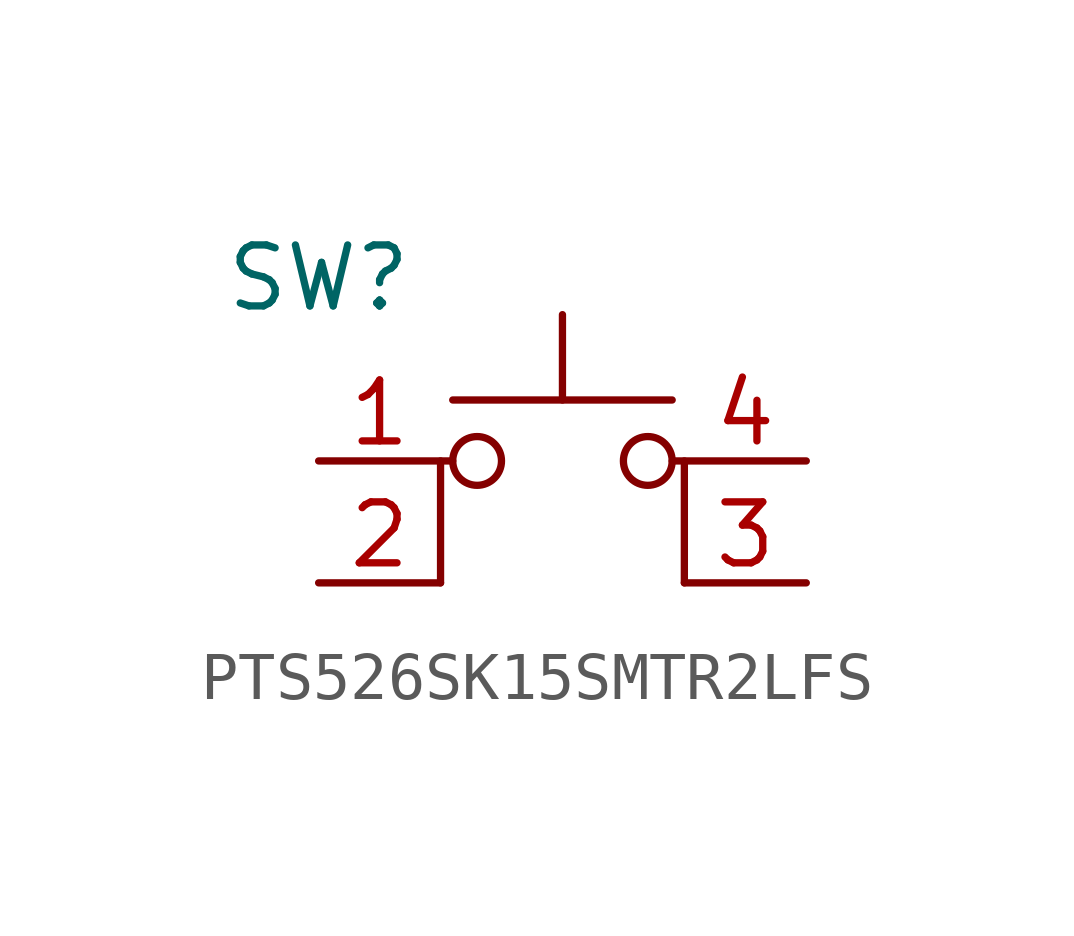
<source format=kicad_sym>
(kicad_symbol_lib
  (version 20220914)
  (generator kicad_symbol_editor)
  (symbol "PTS526SK15SMTR2LFS"
    (property "Reference" "SW"
      (at -5.08 5.08 0)
      (effects (font (size 1.27 1.27))))
    (symbol "PTS526SK15SMTR2LFS_0_1"
      (circle (center -1.778 1.27) (radius 0.508) (stroke (width 0) (type default)) (fill (type none)))
      (polyline (pts (xy -2.286 2.54) (xy 2.286 2.54)) (stroke (width 0) (type default)) (fill (type none)))
      (polyline (pts (xy 0 2.54) (xy 0 4.318)) (stroke (width 0) (type default)) (fill (type none)))
      (polyline (pts (xy -2.54 -1.27) (xy -2.54 1.27) (xy -2.286 1.27)) (stroke (width 0) (type default)) (fill (type none)))
      (polyline (pts (xy 2.54 -1.27) (xy 2.54 1.27) (xy 2.286 1.27)) (stroke (width 0) (type default)) (fill (type none)))
      (circle (center 1.778 1.27) (radius 0.508) (stroke (width 0) (type default)) (fill (type none))))
    (symbol "PTS526SK15SMTR2LFS_1_1"
      (pin passive line (at -5.08 1.27 0) (length 2.54) (name "" (effects (font (size 1.27 1.27)))) (number "1" (effects (font (size 1.27 1.27)))))
      (pin passive line (at -5.08 -1.27 0) (length 2.54) (name "" (effects (font (size 1.27 1.27)))) (number "2" (effects (font (size 1.27 1.27)))))
      (pin passive line (at 5.08 -1.27 180) (length 2.54) (name "" (effects (font (size 1.27 1.27)))) (number "3" (effects (font (size 1.27 1.27)))))
      (pin passive line (at 5.08 1.27 180) (length 2.54) (name "" (effects (font (size 1.27 1.27)))) (number "4" (effects (font (size 1.27 1.27))))))))
</source>
